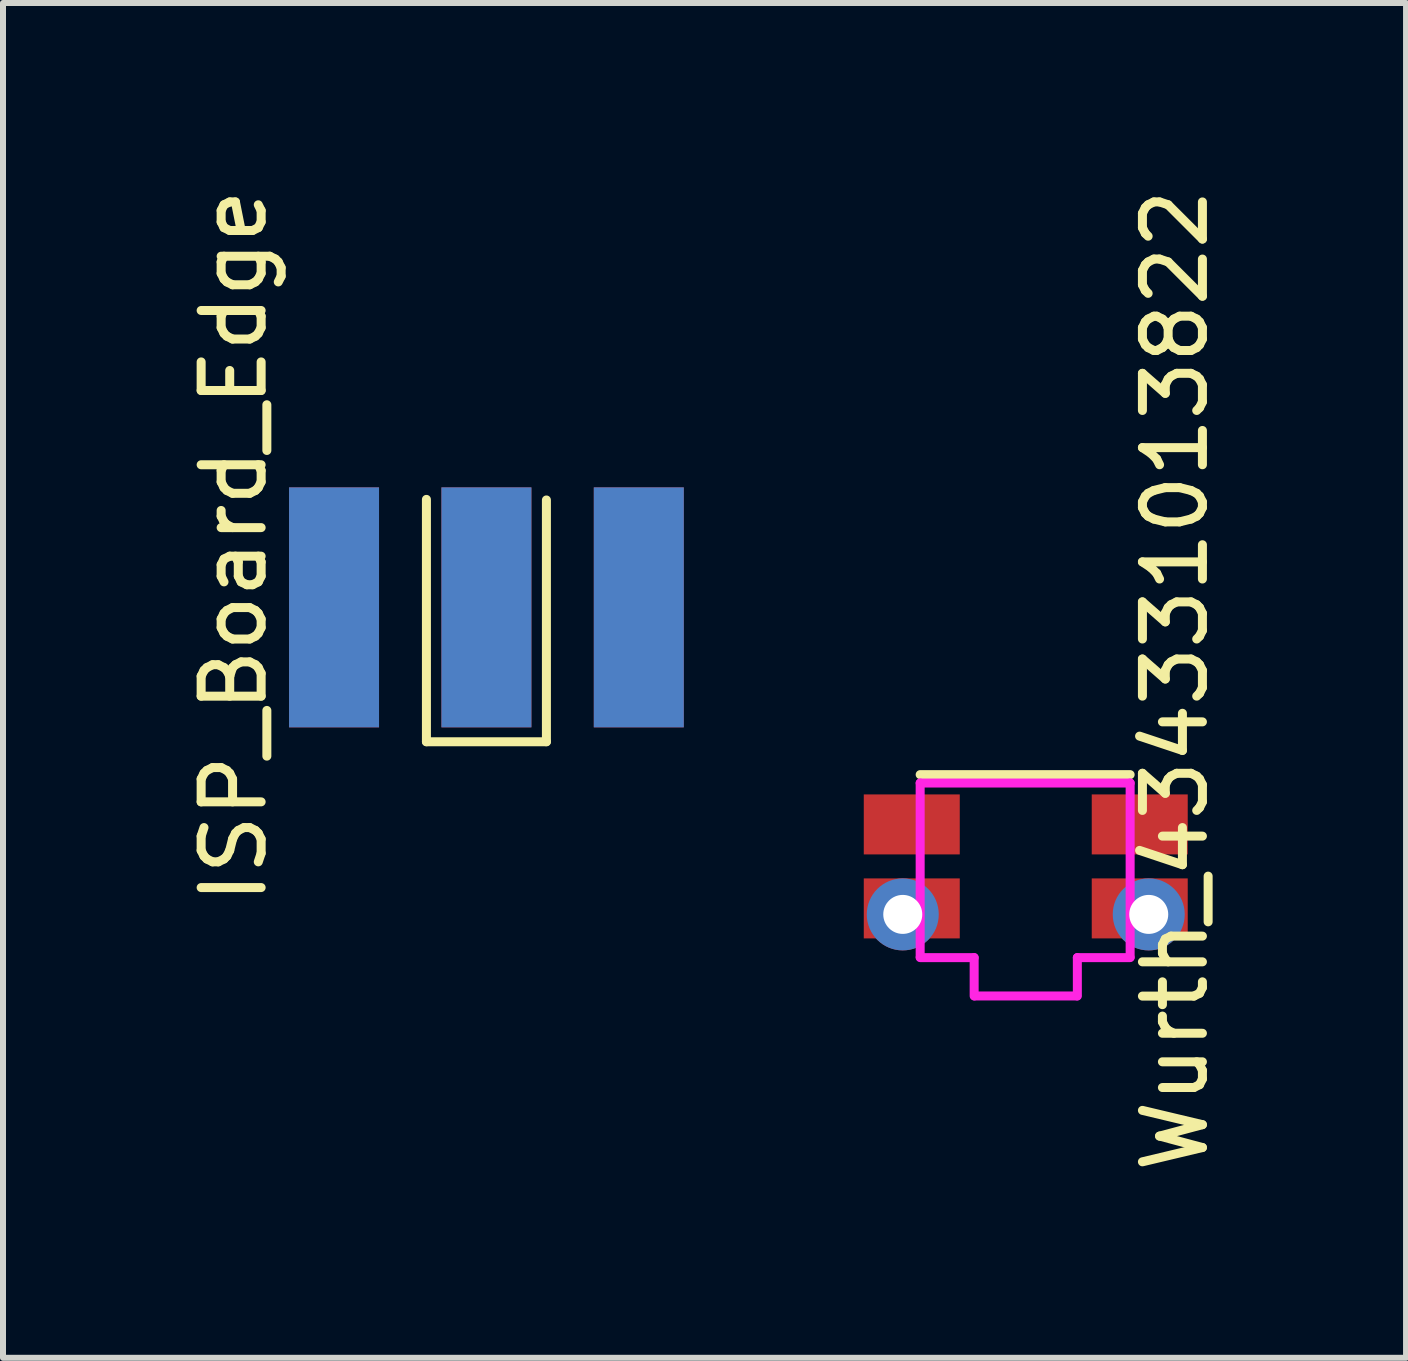
<source format=kicad_pcb>
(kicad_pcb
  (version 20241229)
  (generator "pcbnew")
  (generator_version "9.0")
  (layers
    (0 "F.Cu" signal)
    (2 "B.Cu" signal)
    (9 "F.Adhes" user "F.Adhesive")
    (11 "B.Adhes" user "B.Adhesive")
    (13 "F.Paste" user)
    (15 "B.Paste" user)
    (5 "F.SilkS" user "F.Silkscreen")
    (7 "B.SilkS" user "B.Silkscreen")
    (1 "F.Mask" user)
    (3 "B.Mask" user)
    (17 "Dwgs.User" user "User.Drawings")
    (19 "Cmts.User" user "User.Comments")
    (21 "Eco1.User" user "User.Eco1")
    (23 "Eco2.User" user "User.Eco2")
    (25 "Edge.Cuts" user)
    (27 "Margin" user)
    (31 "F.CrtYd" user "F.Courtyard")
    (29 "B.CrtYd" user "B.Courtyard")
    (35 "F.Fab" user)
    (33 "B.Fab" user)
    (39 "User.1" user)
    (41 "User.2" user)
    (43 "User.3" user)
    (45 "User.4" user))
  (footprint "Wurth_434331013822"
    (layer "F.Cu")
    (at 14.048 11.392)
    (property "Reference" "Wurth_434331013822" (at 2.49 -3.1 90) (layer "F.SilkS") (effects (font (size 1 1) (thickness 0.15))))
    (attr through_hole)
    (fp_line (start -1.76 -1.53) (end 1.74 -1.53) (stroke (width 0.15) (type solid)) (layer "F.SilkS"))
    (fp_line (start -1.76 -1.39) (end -1.76 1.51) (stroke (width 0.15) (type solid)) (layer "F.CrtYd"))
    (fp_line (start -1.76 -1.39) (end 1.74 -1.39) (stroke (width 0.15) (type solid)) (layer "F.CrtYd"))
    (fp_line (start -0.86 1.52) (end -1.76 1.52) (stroke (width 0.15) (type solid)) (layer "F.CrtYd"))
    (fp_line (start -0.86 2.16) (end -0.86 1.52) (stroke (width 0.15) (type solid)) (layer "F.CrtYd"))
    (fp_line (start -0.85 2.16) (end 0.85 2.16) (stroke (width 0.15) (type solid)) (layer "F.CrtYd"))
    (fp_line (start 0.86 1.52) (end 1.74 1.52) (stroke (width 0.15) (type solid)) (layer "F.CrtYd"))
    (fp_line (start 0.86 2.16) (end 0.86 1.52) (stroke (width 0.15) (type solid)) (layer "F.CrtYd"))
    (fp_line (start 1.74 -1.39) (end 1.74 1.51) (stroke (width 0.15) (type solid)) (layer "F.CrtYd"))
    (pad "1" smd rect (at -1.9 -0.7) (size 1.6 1) (layers "F.Cu" "F.Mask" "F.Paste"))
    (pad "1" smd rect (at 1.9 -0.7) (size 1.6 1) (layers "F.Cu" "F.Mask" "F.Paste"))
    (pad "2" thru_hole circle (at -2.05 0.8) (size 1.2 1.2) (drill 0.65) (layers "B.Cu" "B.Mask"))
    (pad "2" smd rect (at -1.9 0.7) (size 1.6 1) (layers "F.Cu" "F.Mask" "F.Paste"))
    (pad "2" smd rect (at 1.9 0.7) (size 1.6 1) (layers "F.Cu" "F.Mask" "F.Paste"))
    (pad "2" thru_hole circle (at 2.05 0.8) (size 1.2 1.2) (drill 0.65) (layers "B.Cu" "B.Mask")))
  (footprint "ISP_Board_Edge"
    (layer "F.Cu")
    (at 5.058 7.074)
    (property "Reference" "ISP_Board_Edge" (at -4.21 -1.02 90) (layer "F.SilkS") (effects (font (size 1 1) (thickness 0.15))))
    (attr through_hole)
    (fp_line (start -1 -1.8) (end -1 2.24) (stroke (width 0.15) (type solid)) (layer "F.SilkS"))
    (fp_line (start -1 2.24) (end 1 2.24) (stroke (width 0.15) (type solid)) (layer "F.SilkS"))
    (fp_line (start 1 2.24) (end 1 -1.79) (stroke (width 0.15) (type solid)) (layer "F.SilkS"))
    (pad "1" smd rect (at -2.54 0) (size 1.5 4) (layers "F.Cu" "F.Mask" "F.Paste"))
    (pad "2" smd rect (at -2.54 0) (size 1.5 4) (layers "B.Cu" "B.Mask" "B.Paste"))
    (pad "3" smd rect (at 0 0) (size 1.5 4) (layers "F.Cu" "F.Mask" "F.Paste"))
    (pad "4" smd rect (at 0 0) (size 1.5 4) (layers "B.Cu" "B.Mask" "B.Paste"))
    (pad "5" smd rect (at 2.54 0) (size 1.5 4) (layers "F.Cu" "F.Mask" "F.Paste"))
    (pad "6" smd rect (at 2.54 0) (size 1.5 4) (layers "B.Cu" "B.Mask" "B.Paste")))
  (gr_rect
    (start -3 -3)
    (end 20.387 19.583)
    (stroke (width 0.1) (type default))
    (fill no)
    (layer "Edge.Cuts")))
</source>
